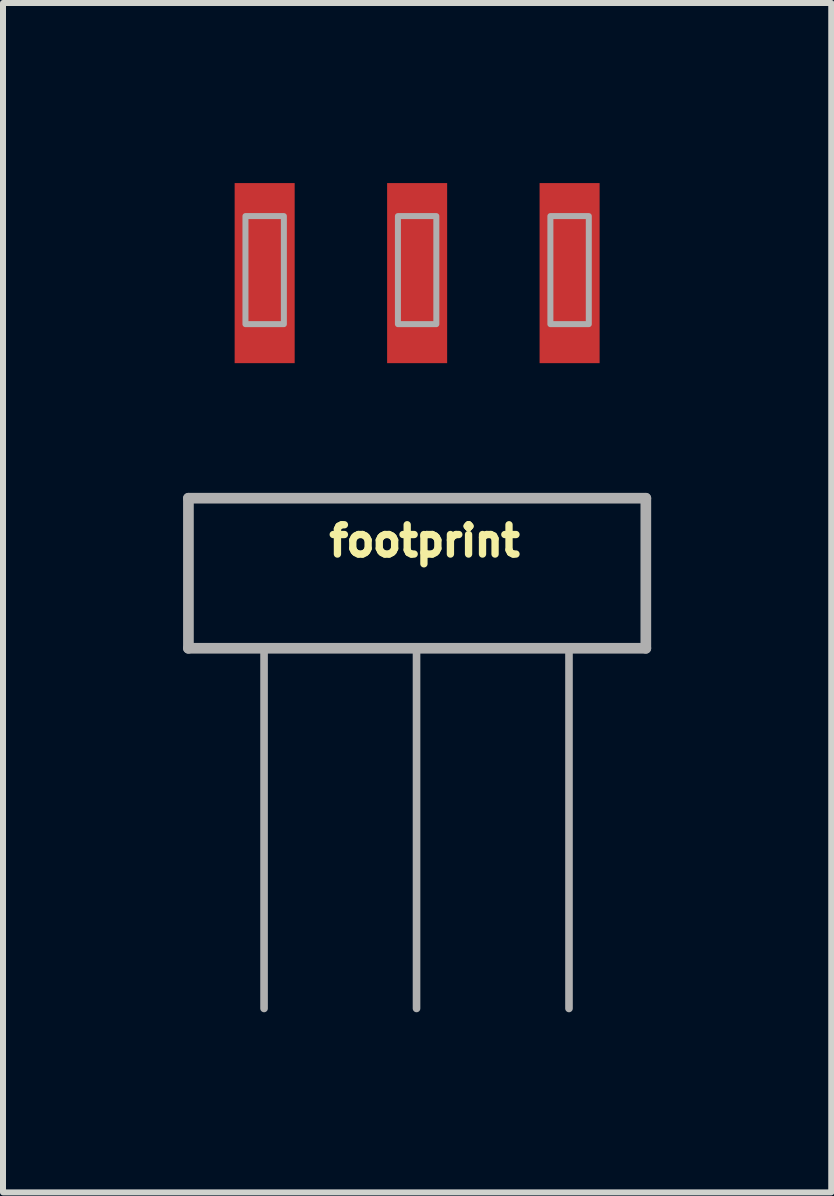
<source format=kicad_pcb>
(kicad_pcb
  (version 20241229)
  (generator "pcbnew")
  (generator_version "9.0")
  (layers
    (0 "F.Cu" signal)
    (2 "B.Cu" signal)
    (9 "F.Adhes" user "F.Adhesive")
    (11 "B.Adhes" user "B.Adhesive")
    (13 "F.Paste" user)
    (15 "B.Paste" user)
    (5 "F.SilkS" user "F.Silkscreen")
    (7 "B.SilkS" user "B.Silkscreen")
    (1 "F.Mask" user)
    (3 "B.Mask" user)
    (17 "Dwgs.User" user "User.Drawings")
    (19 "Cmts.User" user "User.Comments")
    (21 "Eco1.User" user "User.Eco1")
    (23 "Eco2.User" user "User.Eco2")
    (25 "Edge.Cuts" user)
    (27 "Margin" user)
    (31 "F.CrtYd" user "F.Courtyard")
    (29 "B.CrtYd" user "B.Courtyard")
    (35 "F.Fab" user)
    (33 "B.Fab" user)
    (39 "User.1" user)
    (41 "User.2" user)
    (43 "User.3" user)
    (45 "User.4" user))
  (footprint "footprint"
    (layer "F.Cu")
    (at 3.899 6.5)
    (property "Reference" "footprint" (at -1.524 -0.254 0) (layer "F.SilkS") (effects (font (size 0.488 0.488) (thickness 0.122)) (justify left bottom)))
    (fp_line (start -3.81 -1.25) (end -3.81 1.25) (stroke (width 0.178) (type solid)) (layer "F.Fab"))
    (fp_line (start -2.55 1.25) (end -3.81 1.25) (stroke (width 0.178) (type solid)) (layer "F.Fab"))
    (fp_line (start -2.55 1.25) (end -2.55 7.25) (stroke (width 0.127) (type solid)) (layer "F.Fab"))
    (fp_line (start -0.01 1.25) (end -2.55 1.25) (stroke (width 0.178) (type solid)) (layer "F.Fab"))
    (fp_line (start -0.01 1.25) (end -0.01 7.25) (stroke (width 0.127) (type solid)) (layer "F.Fab"))
    (fp_line (start 2.53 1.25) (end -0.01 1.25) (stroke (width 0.178) (type solid)) (layer "F.Fab"))
    (fp_line (start 2.53 1.25) (end 2.53 7.25) (stroke (width 0.127) (type solid)) (layer "F.Fab"))
    (fp_line (start 3.81 -1.25) (end -3.81 -1.25) (stroke (width 0.178) (type solid)) (layer "F.Fab"))
    (fp_line (start 3.81 1.25) (end 2.53 1.25) (stroke (width 0.178) (type solid)) (layer "F.Fab"))
    (fp_line (start 3.81 1.25) (end 3.81 -1.25) (stroke (width 0.178) (type solid)) (layer "F.Fab"))
    (fp_poly (pts (xy -2.86 -4.15) (xy -2.22 -4.15) (xy -2.22 -5.95) (xy -2.86 -5.95)) (stroke (width 0.1) (type solid)) (fill no) (layer "F.Fab"))
    (fp_poly (pts (xy -0.32 -4.15) (xy 0.32 -4.15) (xy 0.32 -5.95) (xy -0.32 -5.95)) (stroke (width 0.1) (type solid)) (fill no) (layer "F.Fab"))
    (fp_poly (pts (xy 2.22 -4.15) (xy 2.86 -4.15) (xy 2.86 -5.95) (xy 2.22 -5.95)) (stroke (width 0.1) (type solid)) (fill no) (layer "F.Fab"))
    (pad "1" smd rect (at -2.54 -5 90) (size 3 1) (layers "F.Cu" "F.Mask" "F.Paste"))
    (pad "2" smd rect (at 0 -5 90) (size 3 1) (layers "F.Cu" "F.Mask" "F.Paste"))
    (pad "3" smd rect (at 2.54 -5 90) (size 3 1) (layers "F.Cu" "F.Mask" "F.Paste")))
  (gr_rect
    (start -3 -3)
    (end 10.798 16.814)
    (stroke (width 0.1) (type default))
    (fill no)
    (layer "Edge.Cuts")))
</source>
